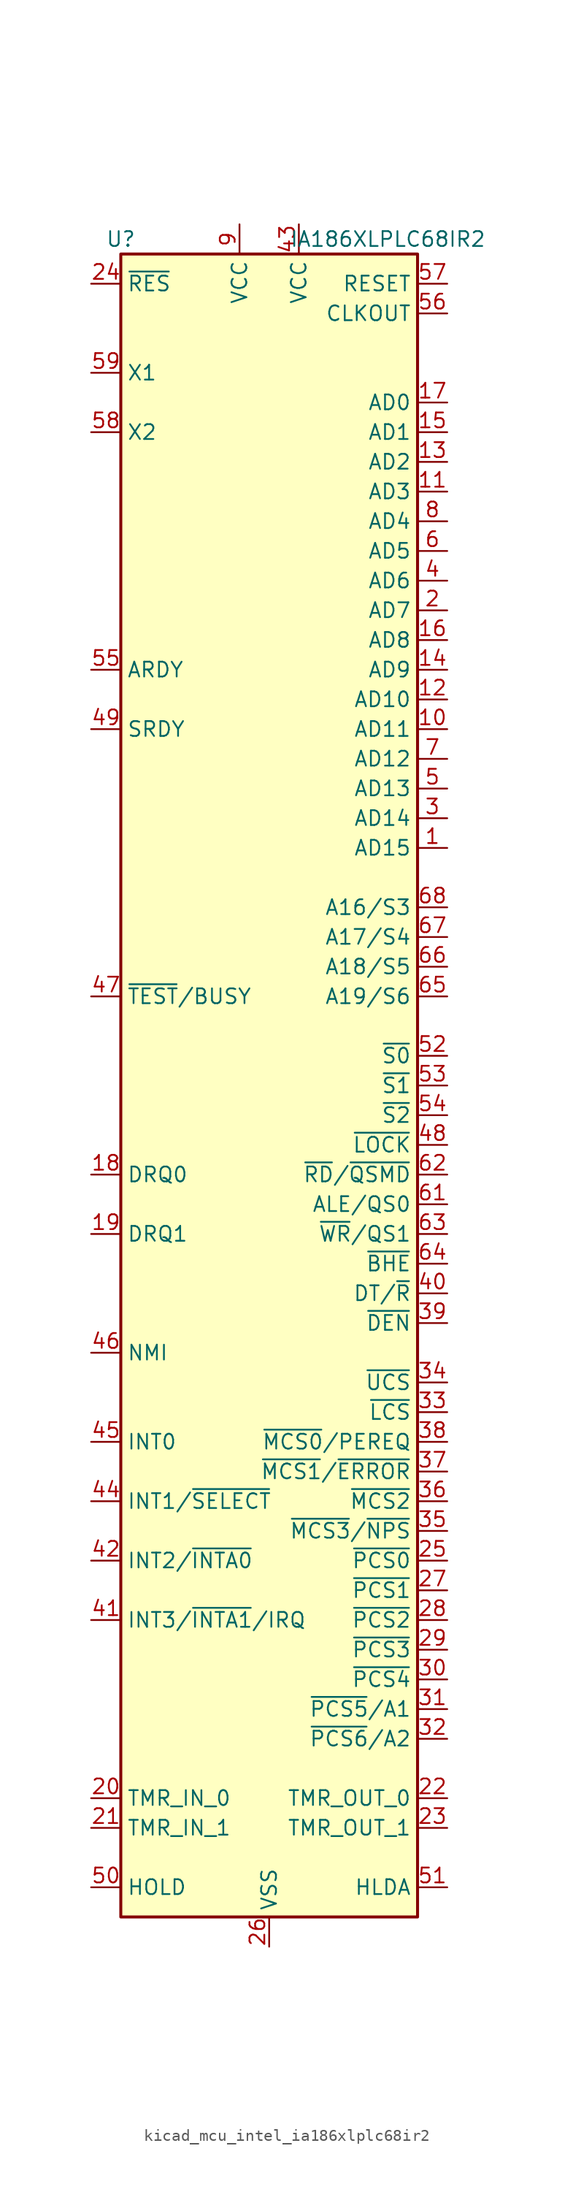
<source format=kicad_sym>
(kicad_symbol_lib
  (version 20220914)
  (generator kicad_symbol_editor)
  (symbol "kicad_mcu_intel_ia186xlplc68ir2"
    (property "Reference" "U"
      (at -12.7 72.39 0)
      (effects (font (size 1.27 1.27))))
    (property "Value" "IA186XLPLC68IR2"
      (at 10.16 72.39 0)
      (effects (font (size 1.27 1.27))))
    (symbol "kicad_mcu_intel_ia186xlplc68ir2_0_1"
      (rectangle (start 12.7 -71.12) (end -12.7 71.12) (stroke (width 0.254) (type default)) (fill (type background))))
    (symbol "kicad_mcu_intel_ia186xlplc68ir2_1_1"
      (pin bidirectional line (at 15.24 20.32 180) (length 2.54) (name "AD15" (effects (font (size 1.27 1.27)))) (number "1" (effects (font (size 1.27 1.27)))))
      (pin bidirectional line (at 15.24 30.48 180) (length 2.54) (name "AD11" (effects (font (size 1.27 1.27)))) (number "10" (effects (font (size 1.27 1.27)))))
      (pin bidirectional line (at 15.24 50.8 180) (length 2.54) (name "AD3" (effects (font (size 1.27 1.27)))) (number "11" (effects (font (size 1.27 1.27)))))
      (pin bidirectional line (at 15.24 33.02 180) (length 2.54) (name "AD10" (effects (font (size 1.27 1.27)))) (number "12" (effects (font (size 1.27 1.27)))))
      (pin bidirectional line (at 15.24 53.34 180) (length 2.54) (name "AD2" (effects (font (size 1.27 1.27)))) (number "13" (effects (font (size 1.27 1.27)))))
      (pin bidirectional line (at 15.24 35.56 180) (length 2.54) (name "AD9" (effects (font (size 1.27 1.27)))) (number "14" (effects (font (size 1.27 1.27)))))
      (pin bidirectional line (at 15.24 55.88 180) (length 2.54) (name "AD1" (effects (font (size 1.27 1.27)))) (number "15" (effects (font (size 1.27 1.27)))))
      (pin bidirectional line (at 15.24 38.1 180) (length 2.54) (name "AD8" (effects (font (size 1.27 1.27)))) (number "16" (effects (font (size 1.27 1.27)))))
      (pin bidirectional line (at 15.24 58.42 180) (length 2.54) (name "AD0" (effects (font (size 1.27 1.27)))) (number "17" (effects (font (size 1.27 1.27)))))
      (pin input line (at -15.24 -7.62 0) (length 2.54) (name "DRQ0" (effects (font (size 1.27 1.27)))) (number "18" (effects (font (size 1.27 1.27)))))
      (pin input line (at -15.24 -12.7 0) (length 2.54) (name "DRQ1" (effects (font (size 1.27 1.27)))) (number "19" (effects (font (size 1.27 1.27)))))
      (pin bidirectional line (at 15.24 40.64 180) (length 2.54) (name "AD7" (effects (font (size 1.27 1.27)))) (number "2" (effects (font (size 1.27 1.27)))))
      (pin input line (at -15.24 -60.96 0) (length 2.54) (name "TMR_IN_0" (effects (font (size 1.27 1.27)))) (number "20" (effects (font (size 1.27 1.27)))))
      (pin input line (at -15.24 -63.5 0) (length 2.54) (name "TMR_IN_1" (effects (font (size 1.27 1.27)))) (number "21" (effects (font (size 1.27 1.27)))))
      (pin output line (at 15.24 -60.96 180) (length 2.54) (name "TMR_OUT_0" (effects (font (size 1.27 1.27)))) (number "22" (effects (font (size 1.27 1.27)))))
      (pin output line (at 15.24 -63.5 180) (length 2.54) (name "TMR_OUT_1" (effects (font (size 1.27 1.27)))) (number "23" (effects (font (size 1.27 1.27)))))
      (pin input line (at -15.24 68.58 0) (length 2.54) (name "~{RES}" (effects (font (size 1.27 1.27)))) (number "24" (effects (font (size 1.27 1.27)))))
      (pin output line (at 15.24 -40.64 180) (length 2.54) (name "~{PCS0}" (effects (font (size 1.27 1.27)))) (number "25" (effects (font (size 1.27 1.27)))))
      (pin power_in line (at 0 -73.66 90) (length 2.54) (name "VSS" (effects (font (size 1.27 1.27)))) (number "26" (effects (font (size 1.27 1.27)))))
      (pin output line (at 15.24 -43.18 180) (length 2.54) (name "~{PCS1}" (effects (font (size 1.27 1.27)))) (number "27" (effects (font (size 1.27 1.27)))))
      (pin output line (at 15.24 -45.72 180) (length 2.54) (name "~{PCS2}" (effects (font (size 1.27 1.27)))) (number "28" (effects (font (size 1.27 1.27)))))
      (pin output line (at 15.24 -48.26 180) (length 2.54) (name "~{PCS3}" (effects (font (size 1.27 1.27)))) (number "29" (effects (font (size 1.27 1.27)))))
      (pin bidirectional line (at 15.24 22.86 180) (length 2.54) (name "AD14" (effects (font (size 1.27 1.27)))) (number "3" (effects (font (size 1.27 1.27)))))
      (pin output line (at 15.24 -50.8 180) (length 2.54) (name "~{PCS4}" (effects (font (size 1.27 1.27)))) (number "30" (effects (font (size 1.27 1.27)))))
      (pin output line (at 15.24 -53.34 180) (length 2.54) (name "~{PCS5}/A1" (effects (font (size 1.27 1.27)))) (number "31" (effects (font (size 1.27 1.27)))))
      (pin output line (at 15.24 -55.88 180) (length 2.54) (name "~{PCS6}/A2" (effects (font (size 1.27 1.27)))) (number "32" (effects (font (size 1.27 1.27)))))
      (pin bidirectional line (at 15.24 -27.94 180) (length 2.54) (name "~{LCS}" (effects (font (size 1.27 1.27)))) (number "33" (effects (font (size 1.27 1.27)))))
      (pin bidirectional line (at 15.24 -25.4 180) (length 2.54) (name "~{UCS}" (effects (font (size 1.27 1.27)))) (number "34" (effects (font (size 1.27 1.27)))))
      (pin output line (at 15.24 -38.1 180) (length 2.54) (name "~{MCS3}/~{NPS}" (effects (font (size 1.27 1.27)))) (number "35" (effects (font (size 1.27 1.27)))))
      (pin output line (at 15.24 -35.56 180) (length 2.54) (name "~{MCS2}" (effects (font (size 1.27 1.27)))) (number "36" (effects (font (size 1.27 1.27)))))
      (pin bidirectional line (at 15.24 -33.02 180) (length 2.54) (name "~{MCS1}/~{ERROR}" (effects (font (size 1.27 1.27)))) (number "37" (effects (font (size 1.27 1.27)))))
      (pin bidirectional line (at 15.24 -30.48 180) (length 2.54) (name "~{MCS0}/PEREQ" (effects (font (size 1.27 1.27)))) (number "38" (effects (font (size 1.27 1.27)))))
      (pin output line (at 15.24 -20.32 180) (length 2.54) (name "~{DEN}" (effects (font (size 1.27 1.27)))) (number "39" (effects (font (size 1.27 1.27)))))
      (pin bidirectional line (at 15.24 43.18 180) (length 2.54) (name "AD6" (effects (font (size 1.27 1.27)))) (number "4" (effects (font (size 1.27 1.27)))))
      (pin output line (at 15.24 -17.78 180) (length 2.54) (name "DT/~{R}" (effects (font (size 1.27 1.27)))) (number "40" (effects (font (size 1.27 1.27)))))
      (pin bidirectional line (at -15.24 -45.72 0) (length 2.54) (name "INT3/~{INTA1}/IRQ" (effects (font (size 1.27 1.27)))) (number "41" (effects (font (size 1.27 1.27)))))
      (pin bidirectional line (at -15.24 -40.64 0) (length 2.54) (name "INT2/~{INTA0}" (effects (font (size 1.27 1.27)))) (number "42" (effects (font (size 1.27 1.27)))))
      (pin power_in line (at 2.54 73.66 270) (length 2.54) (name "VCC" (effects (font (size 1.27 1.27)))) (number "43" (effects (font (size 1.27 1.27)))))
      (pin input line (at -15.24 -35.56 0) (length 2.54) (name "INT1/~{SELECT}" (effects (font (size 1.27 1.27)))) (number "44" (effects (font (size 1.27 1.27)))))
      (pin input line (at -15.24 -30.48 0) (length 2.54) (name "INT0" (effects (font (size 1.27 1.27)))) (number "45" (effects (font (size 1.27 1.27)))))
      (pin input line (at -15.24 -22.86 0) (length 2.54) (name "NMI" (effects (font (size 1.27 1.27)))) (number "46" (effects (font (size 1.27 1.27)))))
      (pin bidirectional line (at -15.24 7.62 0) (length 2.54) (name "~{TEST}/BUSY" (effects (font (size 1.27 1.27)))) (number "47" (effects (font (size 1.27 1.27)))))
      (pin output line (at 15.24 -5.08 180) (length 2.54) (name "~{LOCK}" (effects (font (size 1.27 1.27)))) (number "48" (effects (font (size 1.27 1.27)))))
      (pin input line (at -15.24 30.48 0) (length 2.54) (name "SRDY" (effects (font (size 1.27 1.27)))) (number "49" (effects (font (size 1.27 1.27)))))
      (pin bidirectional line (at 15.24 25.4 180) (length 2.54) (name "AD13" (effects (font (size 1.27 1.27)))) (number "5" (effects (font (size 1.27 1.27)))))
      (pin input line (at -15.24 -68.58 0) (length 2.54) (name "HOLD" (effects (font (size 1.27 1.27)))) (number "50" (effects (font (size 1.27 1.27)))))
      (pin output line (at 15.24 -68.58 180) (length 2.54) (name "HLDA" (effects (font (size 1.27 1.27)))) (number "51" (effects (font (size 1.27 1.27)))))
      (pin output line (at 15.24 2.54 180) (length 2.54) (name "~{S0}" (effects (font (size 1.27 1.27)))) (number "52" (effects (font (size 1.27 1.27)))))
      (pin output line (at 15.24 0 180) (length 2.54) (name "~{S1}" (effects (font (size 1.27 1.27)))) (number "53" (effects (font (size 1.27 1.27)))))
      (pin output line (at 15.24 -2.54 180) (length 2.54) (name "~{S2}" (effects (font (size 1.27 1.27)))) (number "54" (effects (font (size 1.27 1.27)))))
      (pin input line (at -15.24 35.56 0) (length 2.54) (name "ARDY" (effects (font (size 1.27 1.27)))) (number "55" (effects (font (size 1.27 1.27)))))
      (pin output line (at 15.24 66.04 180) (length 2.54) (name "CLKOUT" (effects (font (size 1.27 1.27)))) (number "56" (effects (font (size 1.27 1.27)))))
      (pin output line (at 15.24 68.58 180) (length 2.54) (name "RESET" (effects (font (size 1.27 1.27)))) (number "57" (effects (font (size 1.27 1.27)))))
      (pin output line (at -15.24 55.88 0) (length 2.54) (name "X2" (effects (font (size 1.27 1.27)))) (number "58" (effects (font (size 1.27 1.27)))))
      (pin input line (at -15.24 60.96 0) (length 2.54) (name "X1" (effects (font (size 1.27 1.27)))) (number "59" (effects (font (size 1.27 1.27)))))
      (pin bidirectional line (at 15.24 45.72 180) (length 2.54) (name "AD5" (effects (font (size 1.27 1.27)))) (number "6" (effects (font (size 1.27 1.27)))))
      (pin passive line (at 0 -73.66 90) (length 2.54) hide (name "VSS" (effects (font (size 1.27 1.27)))) (number "60" (effects (font (size 1.27 1.27)))))
      (pin output line (at 15.24 -10.16 180) (length 2.54) (name "ALE/QS0" (effects (font (size 1.27 1.27)))) (number "61" (effects (font (size 1.27 1.27)))))
      (pin bidirectional line (at 15.24 -7.62 180) (length 2.54) (name "~{RD}/~{QSMD}" (effects (font (size 1.27 1.27)))) (number "62" (effects (font (size 1.27 1.27)))))
      (pin output line (at 15.24 -12.7 180) (length 2.54) (name "~{WR}/QS1" (effects (font (size 1.27 1.27)))) (number "63" (effects (font (size 1.27 1.27)))))
      (pin output line (at 15.24 -15.24 180) (length 2.54) (name "~{BHE}" (effects (font (size 1.27 1.27)))) (number "64" (effects (font (size 1.27 1.27)))))
      (pin output line (at 15.24 7.62 180) (length 2.54) (name "A19/S6" (effects (font (size 1.27 1.27)))) (number "65" (effects (font (size 1.27 1.27)))))
      (pin output line (at 15.24 10.16 180) (length 2.54) (name "A18/S5" (effects (font (size 1.27 1.27)))) (number "66" (effects (font (size 1.27 1.27)))))
      (pin output line (at 15.24 12.7 180) (length 2.54) (name "A17/S4" (effects (font (size 1.27 1.27)))) (number "67" (effects (font (size 1.27 1.27)))))
      (pin output line (at 15.24 15.24 180) (length 2.54) (name "A16/S3" (effects (font (size 1.27 1.27)))) (number "68" (effects (font (size 1.27 1.27)))))
      (pin bidirectional line (at 15.24 27.94 180) (length 2.54) (name "AD12" (effects (font (size 1.27 1.27)))) (number "7" (effects (font (size 1.27 1.27)))))
      (pin bidirectional line (at 15.24 48.26 180) (length 2.54) (name "AD4" (effects (font (size 1.27 1.27)))) (number "8" (effects (font (size 1.27 1.27)))))
      (pin power_in line (at -2.54 73.66 270) (length 2.54) (name "VCC" (effects (font (size 1.27 1.27)))) (number "9" (effects (font (size 1.27 1.27))))))))
</source>
